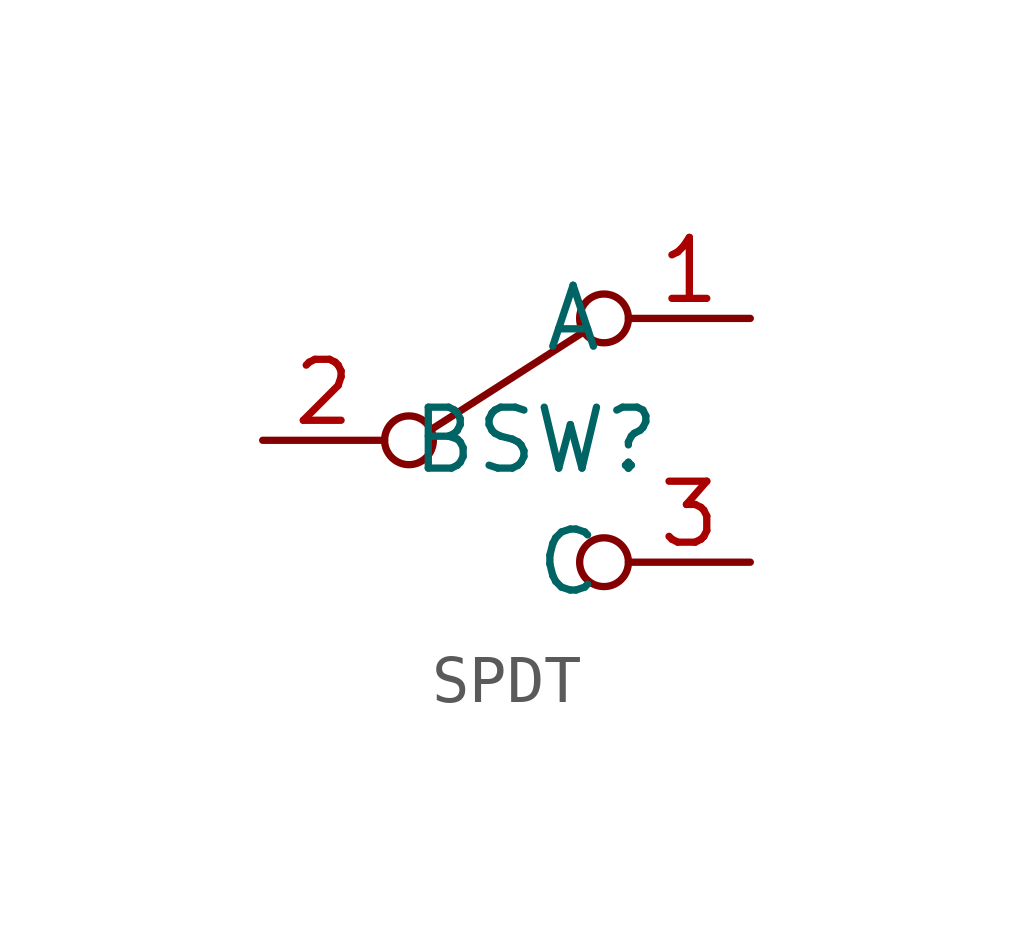
<source format=kicad_sym>
(kicad_symbol_lib
  (version 20220914)
  (generator kicad_symbol_editor)
  (symbol "SPDT"
    (property "Reference" "SW"
      (at 0 0 0)
      (effects (font (size 1.27 1.27))))
    (property "Value" ""
      (at 0 0 0)
      (effects (font (size 1.27 1.27))))
    (symbol "SPDT_0_0"
      (circle (center -3.302 0) (radius 0.508) (stroke (width 0) (type default)) (fill (type none)))
      (circle (center 0.762 -2.54) (radius 0.508) (stroke (width 0) (type default)) (fill (type none))))
    (symbol "SPDT_0_1"
      (polyline (pts (xy -2.794 0.254) (xy 0.381 2.286)) (stroke (width 0) (type default)) (fill (type none)))
      (circle (center 0.762 2.54) (radius 0.508) (stroke (width 0) (type default)) (fill (type none))))
    (symbol "SPDT_1_1"
      (pin passive line (at 3.81 2.54 180) (length 2.54) (name "A" (effects (font (size 1.27 1.27)))) (number "1" (effects (font (size 1.27 1.27)))))
      (pin passive line (at -6.35 0 0) (length 2.54) (name "B" (effects (font (size 1.27 1.27)))) (number "2" (effects (font (size 1.27 1.27)))))
      (pin passive line (at 3.81 -2.54 180) (length 2.54) (name "C" (effects (font (size 1.27 1.27)))) (number "3" (effects (font (size 1.27 1.27))))))))
</source>
